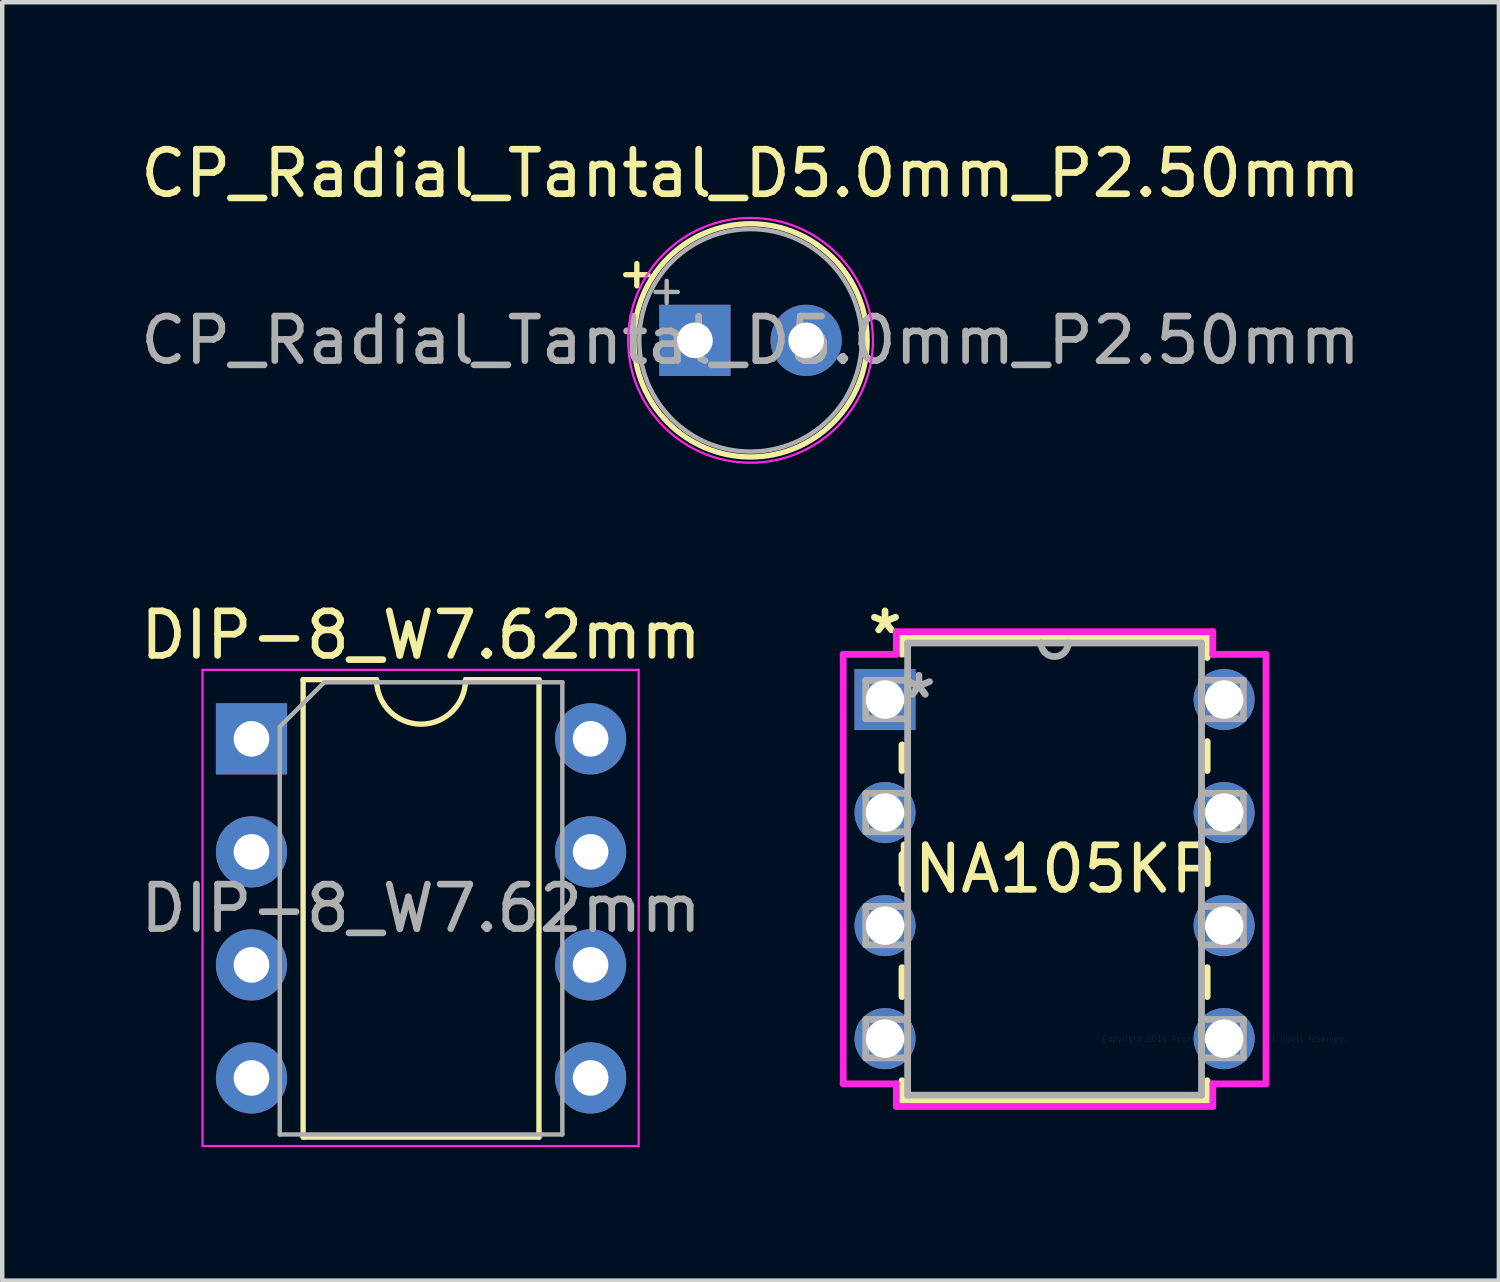
<source format=kicad_pcb>
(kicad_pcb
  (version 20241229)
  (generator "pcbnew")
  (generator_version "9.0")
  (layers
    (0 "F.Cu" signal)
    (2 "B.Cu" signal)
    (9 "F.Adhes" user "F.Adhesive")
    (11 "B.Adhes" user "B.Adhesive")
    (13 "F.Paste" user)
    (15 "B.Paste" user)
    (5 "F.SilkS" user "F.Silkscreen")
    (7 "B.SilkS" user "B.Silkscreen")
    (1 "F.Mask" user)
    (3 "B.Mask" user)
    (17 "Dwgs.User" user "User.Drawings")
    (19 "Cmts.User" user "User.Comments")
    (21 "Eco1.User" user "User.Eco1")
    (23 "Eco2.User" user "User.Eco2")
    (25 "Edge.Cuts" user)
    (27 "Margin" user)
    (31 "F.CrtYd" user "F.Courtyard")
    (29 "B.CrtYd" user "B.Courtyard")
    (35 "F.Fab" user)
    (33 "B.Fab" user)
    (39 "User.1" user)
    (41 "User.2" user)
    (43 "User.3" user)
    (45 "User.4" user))
  (footprint "INA105KP"
    (layer "F.Cu")
    (at 24.457 20.289)
    (property "Reference" "INA105KP" (at -3.81 -3.81 0) (layer "F.SilkS") (effects (font (size 1 1) (thickness 0.15))))
    (attr through_hole)
    (fp_line (start -7.239 -9.017) (end -7.239 -8.639) (stroke (width 0.152) (type solid)) (layer "F.SilkS"))
    (fp_line (start -7.239 -6.601) (end -7.239 -6.025) (stroke (width 0.152) (type solid)) (layer "F.SilkS"))
    (fp_line (start -7.239 -4.135) (end -7.239 -3.485) (stroke (width 0.152) (type solid)) (layer "F.SilkS"))
    (fp_line (start -7.239 -1.595) (end -7.239 -0.945) (stroke (width 0.152) (type solid)) (layer "F.SilkS"))
    (fp_line (start -7.239 0.945) (end -7.239 1.397) (stroke (width 0.152) (type solid)) (layer "F.SilkS"))
    (fp_line (start -7.239 1.397) (end -0.381 1.397) (stroke (width 0.152) (type solid)) (layer "F.SilkS"))
    (fp_line (start -0.381 -9.017) (end -7.239 -9.017) (stroke (width 0.152) (type solid)) (layer "F.SilkS"))
    (fp_line (start -0.381 -8.565) (end -0.381 -9.017) (stroke (width 0.152) (type solid)) (layer "F.SilkS"))
    (fp_line (start -0.381 -6.025) (end -0.381 -6.675) (stroke (width 0.152) (type solid)) (layer "F.SilkS"))
    (fp_line (start -0.381 -3.485) (end -0.381 -4.135) (stroke (width 0.152) (type solid)) (layer "F.SilkS"))
    (fp_line (start -0.381 -0.945) (end -0.381 -1.595) (stroke (width 0.152) (type solid)) (layer "F.SilkS"))
    (fp_line (start -0.381 1.397) (end -0.381 0.945) (stroke (width 0.152) (type solid)) (layer "F.SilkS"))
    (fp_line (start -8.56 -8.636) (end -8.56 1.016) (stroke (width 0.152) (type solid)) (layer "F.CrtYd"))
    (fp_line (start -8.56 1.016) (end -7.366 1.016) (stroke (width 0.152) (type solid)) (layer "F.CrtYd"))
    (fp_line (start -7.366 -9.144) (end -7.366 -8.636) (stroke (width 0.152) (type solid)) (layer "F.CrtYd"))
    (fp_line (start -7.366 -8.636) (end -8.56 -8.636) (stroke (width 0.152) (type solid)) (layer "F.CrtYd"))
    (fp_line (start -7.366 1.016) (end -7.366 1.524) (stroke (width 0.152) (type solid)) (layer "F.CrtYd"))
    (fp_line (start -7.366 1.524) (end -0.254 1.524) (stroke (width 0.152) (type solid)) (layer "F.CrtYd"))
    (fp_line (start -0.254 -9.144) (end -7.366 -9.144) (stroke (width 0.152) (type solid)) (layer "F.CrtYd"))
    (fp_line (start -0.254 -8.636) (end -0.254 -9.144) (stroke (width 0.152) (type solid)) (layer "F.CrtYd"))
    (fp_line (start -0.254 1.016) (end 0.94 1.016) (stroke (width 0.152) (type solid)) (layer "F.CrtYd"))
    (fp_line (start -0.254 1.524) (end -0.254 1.016) (stroke (width 0.152) (type solid)) (layer "F.CrtYd"))
    (fp_line (start 0.94 -8.636) (end -0.254 -8.636) (stroke (width 0.152) (type solid)) (layer "F.CrtYd"))
    (fp_line (start 0.94 1.016) (end 0.94 -8.636) (stroke (width 0.152) (type solid)) (layer "F.CrtYd"))
    (fp_line (start -8.052 -8.052) (end -8.052 -7.188) (stroke (width 0.152) (type solid)) (layer "F.Fab"))
    (fp_line (start -8.052 -7.188) (end -7.112 -7.188) (stroke (width 0.152) (type solid)) (layer "F.Fab"))
    (fp_line (start -8.052 -5.512) (end -8.052 -4.648) (stroke (width 0.152) (type solid)) (layer "F.Fab"))
    (fp_line (start -8.052 -4.648) (end -7.112 -4.648) (stroke (width 0.152) (type solid)) (layer "F.Fab"))
    (fp_line (start -8.052 -2.972) (end -8.052 -2.108) (stroke (width 0.152) (type solid)) (layer "F.Fab"))
    (fp_line (start -8.052 -2.108) (end -7.112 -2.108) (stroke (width 0.152) (type solid)) (layer "F.Fab"))
    (fp_line (start -8.052 -0.432) (end -8.052 0.432) (stroke (width 0.152) (type solid)) (layer "F.Fab"))
    (fp_line (start -8.052 0.432) (end -7.112 0.432) (stroke (width 0.152) (type solid)) (layer "F.Fab"))
    (fp_line (start -7.112 -8.89) (end -7.112 1.27) (stroke (width 0.152) (type solid)) (layer "F.Fab"))
    (fp_line (start -7.112 -8.052) (end -8.052 -8.052) (stroke (width 0.152) (type solid)) (layer "F.Fab"))
    (fp_line (start -7.112 -7.188) (end -7.112 -8.052) (stroke (width 0.152) (type solid)) (layer "F.Fab"))
    (fp_line (start -7.112 -5.512) (end -8.052 -5.512) (stroke (width 0.152) (type solid)) (layer "F.Fab"))
    (fp_line (start -7.112 -4.648) (end -7.112 -5.512) (stroke (width 0.152) (type solid)) (layer "F.Fab"))
    (fp_line (start -7.112 -2.972) (end -8.052 -2.972) (stroke (width 0.152) (type solid)) (layer "F.Fab"))
    (fp_line (start -7.112 -2.108) (end -7.112 -2.972) (stroke (width 0.152) (type solid)) (layer "F.Fab"))
    (fp_line (start -7.112 -0.432) (end -8.052 -0.432) (stroke (width 0.152) (type solid)) (layer "F.Fab"))
    (fp_line (start -7.112 0.432) (end -7.112 -0.432) (stroke (width 0.152) (type solid)) (layer "F.Fab"))
    (fp_line (start -7.112 1.27) (end -0.508 1.27) (stroke (width 0.152) (type solid)) (layer "F.Fab"))
    (fp_line (start -0.508 -8.89) (end -7.112 -8.89) (stroke (width 0.152) (type solid)) (layer "F.Fab"))
    (fp_line (start -0.508 -8.052) (end -0.508 -7.188) (stroke (width 0.152) (type solid)) (layer "F.Fab"))
    (fp_line (start -0.508 -7.188) (end 0.432 -7.188) (stroke (width 0.152) (type solid)) (layer "F.Fab"))
    (fp_line (start -0.508 -5.512) (end -0.508 -4.648) (stroke (width 0.152) (type solid)) (layer "F.Fab"))
    (fp_line (start -0.508 -4.648) (end 0.432 -4.648) (stroke (width 0.152) (type solid)) (layer "F.Fab"))
    (fp_line (start -0.508 -2.972) (end -0.508 -2.108) (stroke (width 0.152) (type solid)) (layer "F.Fab"))
    (fp_line (start -0.508 -2.108) (end 0.432 -2.108) (stroke (width 0.152) (type solid)) (layer "F.Fab"))
    (fp_line (start -0.508 -0.432) (end -0.508 0.432) (stroke (width 0.152) (type solid)) (layer "F.Fab"))
    (fp_line (start -0.508 0.432) (end 0.432 0.432) (stroke (width 0.152) (type solid)) (layer "F.Fab"))
    (fp_line (start -0.508 1.27) (end -0.508 -8.89) (stroke (width 0.152) (type solid)) (layer "F.Fab"))
    (fp_line (start 0.432 -8.052) (end -0.508 -8.052) (stroke (width 0.152) (type solid)) (layer "F.Fab"))
    (fp_line (start 0.432 -7.188) (end 0.432 -8.052) (stroke (width 0.152) (type solid)) (layer "F.Fab"))
    (fp_line (start 0.432 -5.512) (end -0.508 -5.512) (stroke (width 0.152) (type solid)) (layer "F.Fab"))
    (fp_line (start 0.432 -4.648) (end 0.432 -5.512) (stroke (width 0.152) (type solid)) (layer "F.Fab"))
    (fp_line (start 0.432 -2.972) (end -0.508 -2.972) (stroke (width 0.152) (type solid)) (layer "F.Fab"))
    (fp_line (start 0.432 -2.108) (end 0.432 -2.972) (stroke (width 0.152) (type solid)) (layer "F.Fab"))
    (fp_line (start 0.432 -0.432) (end -0.508 -0.432) (stroke (width 0.152) (type solid)) (layer "F.Fab"))
    (fp_line (start 0.432 0.432) (end 0.432 -0.432) (stroke (width 0.152) (type solid)) (layer "F.Fab"))
    (fp_arc (start -3.5052 -8.89) (mid -3.81 -8.5852) (end -4.1148 -8.89) (stroke (width 0.1524) (type solid)) (layer "F.Fab"))
    (fp_text user "*" (at -7.62 -9.068 0) (layer "F.SilkS") (effects (font (size 1 1) (thickness 0.15))))
    (fp_text user "Copyright 2016 Accelerated Designs. All rights reserved." (at 0 0 0) (layer "Cmts.User") (effects (font (size 0.127 0.127) (thickness 0.002))))
    (fp_text user "*" (at -6.858 -7.62 0) (layer "F.Fab") (effects (font (size 1 1) (thickness 0.15))))
    (pad "1" thru_hole rect (at -7.62 -7.62) (size 1.372 1.372) (drill 0.864) (layers "*.Cu" "*.Mask"))
    (pad "2" thru_hole circle (at -7.62 -5.08) (size 1.372 1.372) (drill 0.864) (layers "*.Cu" "*.Mask"))
    (pad "3" thru_hole circle (at -7.62 -2.54) (size 1.372 1.372) (drill 0.864) (layers "*.Cu" "*.Mask"))
    (pad "4" thru_hole circle (at -7.62 0) (size 1.372 1.372) (drill 0.864) (layers "*.Cu" "*.Mask"))
    (pad "5" thru_hole circle (at 0 0) (size 1.372 1.372) (drill 0.864) (layers "*.Cu" "*.Mask"))
    (pad "6" thru_hole circle (at 0 -2.54) (size 1.372 1.372) (drill 0.864) (layers "*.Cu" "*.Mask"))
    (pad "7" thru_hole circle (at 0 -5.08) (size 1.372 1.372) (drill 0.864) (layers "*.Cu" "*.Mask"))
    (pad "8" thru_hole circle (at 0 -7.62) (size 1.372 1.372) (drill 0.864) (layers "*.Cu" "*.Mask")))
  (footprint "CP_Radial_Tantal_D5.0mm_P2.50mm"
    (layer "F.Cu")
    (at 12.565 4.598)
    (property "Reference" "CP_Radial_Tantal_D5.0mm_P2.50mm" (at 1.25 -3.75 0) (layer "F.SilkS") (effects (font (size 1 1) (thickness 0.15))))
    (attr through_hole)
    (fp_line (start -1.555 -1.475) (end -1.055 -1.475) (stroke (width 0.12) (type solid)) (layer "F.SilkS"))
    (fp_line (start -1.305 -1.725) (end -1.305 -1.225) (stroke (width 0.12) (type solid)) (layer "F.SilkS"))
    (fp_circle (center 1.25 0) (end 3.87 0) (stroke (width 0.12) (type solid)) (fill no) (layer "F.SilkS"))
    (fp_circle (center 1.25 0) (end 4 0) (stroke (width 0.05) (type solid)) (fill no) (layer "F.CrtYd"))
    (fp_line (start -0.884 -1.087) (end -0.384 -1.087) (stroke (width 0.1) (type solid)) (layer "F.Fab"))
    (fp_line (start -0.634 -1.337) (end -0.634 -0.838) (stroke (width 0.1) (type solid)) (layer "F.Fab"))
    (fp_circle (center 1.25 0) (end 3.75 0) (stroke (width 0.1) (type solid)) (fill no) (layer "F.Fab"))
    (fp_text user "${REFERENCE}" (at 1.25 0 0) (layer "F.Fab") (effects (font (size 1 1) (thickness 0.15))))
    (pad "1" thru_hole rect (at 0 0) (size 1.6 1.6) (drill 0.8) (layers "*.Cu" "*.Mask"))
    (pad "2" thru_hole circle (at 2.5 0) (size 1.6 1.6) (drill 0.8) (layers "*.Cu" "*.Mask")))
  (footprint "DIP-8_W7.62mm"
    (layer "F.Cu")
    (at 2.601 13.552)
    (property "Reference" "DIP-8_W7.62mm" (at 3.81 -2.33 0) (layer "F.SilkS") (effects (font (size 1 1) (thickness 0.15))))
    (attr through_hole)
    (fp_line (start 1.16 -1.33) (end 1.16 8.95) (stroke (width 0.12) (type solid)) (layer "F.SilkS"))
    (fp_line (start 1.16 8.95) (end 6.46 8.95) (stroke (width 0.12) (type solid)) (layer "F.SilkS"))
    (fp_line (start 2.81 -1.33) (end 1.16 -1.33) (stroke (width 0.12) (type solid)) (layer "F.SilkS"))
    (fp_line (start 6.46 -1.33) (end 4.81 -1.33) (stroke (width 0.12) (type solid)) (layer "F.SilkS"))
    (fp_line (start 6.46 8.95) (end 6.46 -1.33) (stroke (width 0.12) (type solid)) (layer "F.SilkS"))
    (fp_arc (start 4.81 -1.33) (mid 3.81 -0.33) (end 2.81 -1.33) (stroke (width 0.12) (type solid)) (layer "F.SilkS"))
    (fp_line (start -1.1 -1.55) (end -1.1 9.15) (stroke (width 0.05) (type solid)) (layer "F.CrtYd"))
    (fp_line (start -1.1 9.15) (end 8.7 9.15) (stroke (width 0.05) (type solid)) (layer "F.CrtYd"))
    (fp_line (start 8.7 -1.55) (end -1.1 -1.55) (stroke (width 0.05) (type solid)) (layer "F.CrtYd"))
    (fp_line (start 8.7 9.15) (end 8.7 -1.55) (stroke (width 0.05) (type solid)) (layer "F.CrtYd"))
    (fp_line (start 0.635 -0.27) (end 1.635 -1.27) (stroke (width 0.1) (type solid)) (layer "F.Fab"))
    (fp_line (start 0.635 8.89) (end 0.635 -0.27) (stroke (width 0.1) (type solid)) (layer "F.Fab"))
    (fp_line (start 1.635 -1.27) (end 6.985 -1.27) (stroke (width 0.1) (type solid)) (layer "F.Fab"))
    (fp_line (start 6.985 -1.27) (end 6.985 8.89) (stroke (width 0.1) (type solid)) (layer "F.Fab"))
    (fp_line (start 6.985 8.89) (end 0.635 8.89) (stroke (width 0.1) (type solid)) (layer "F.Fab"))
    (fp_text user "${REFERENCE}" (at 3.81 3.81 0) (layer "F.Fab") (effects (font (size 1 1) (thickness 0.15))))
    (pad "1" thru_hole rect (at 0 0) (size 1.6 1.6) (drill 0.8) (layers "*.Cu" "*.Mask"))
    (pad "2" thru_hole oval (at 0 2.54) (size 1.6 1.6) (drill 0.8) (layers "*.Cu" "*.Mask"))
    (pad "3" thru_hole oval (at 0 5.08) (size 1.6 1.6) (drill 0.8) (layers "*.Cu" "*.Mask"))
    (pad "4" thru_hole oval (at 0 7.62) (size 1.6 1.6) (drill 0.8) (layers "*.Cu" "*.Mask"))
    (pad "5" thru_hole oval (at 7.62 7.62) (size 1.6 1.6) (drill 0.8) (layers "*.Cu" "*.Mask"))
    (pad "6" thru_hole oval (at 7.62 5.08) (size 1.6 1.6) (drill 0.8) (layers "*.Cu" "*.Mask"))
    (pad "7" thru_hole oval (at 7.62 2.54) (size 1.6 1.6) (drill 0.8) (layers "*.Cu" "*.Mask"))
    (pad "8" thru_hole oval (at 7.62 0) (size 1.6 1.6) (drill 0.8) (layers "*.Cu" "*.Mask")))
  (gr_rect
    (start -3 -3)
    (end 30.631 25.727)
    (stroke (width 0.1) (type default))
    (fill no)
    (layer "Edge.Cuts")))
</source>
